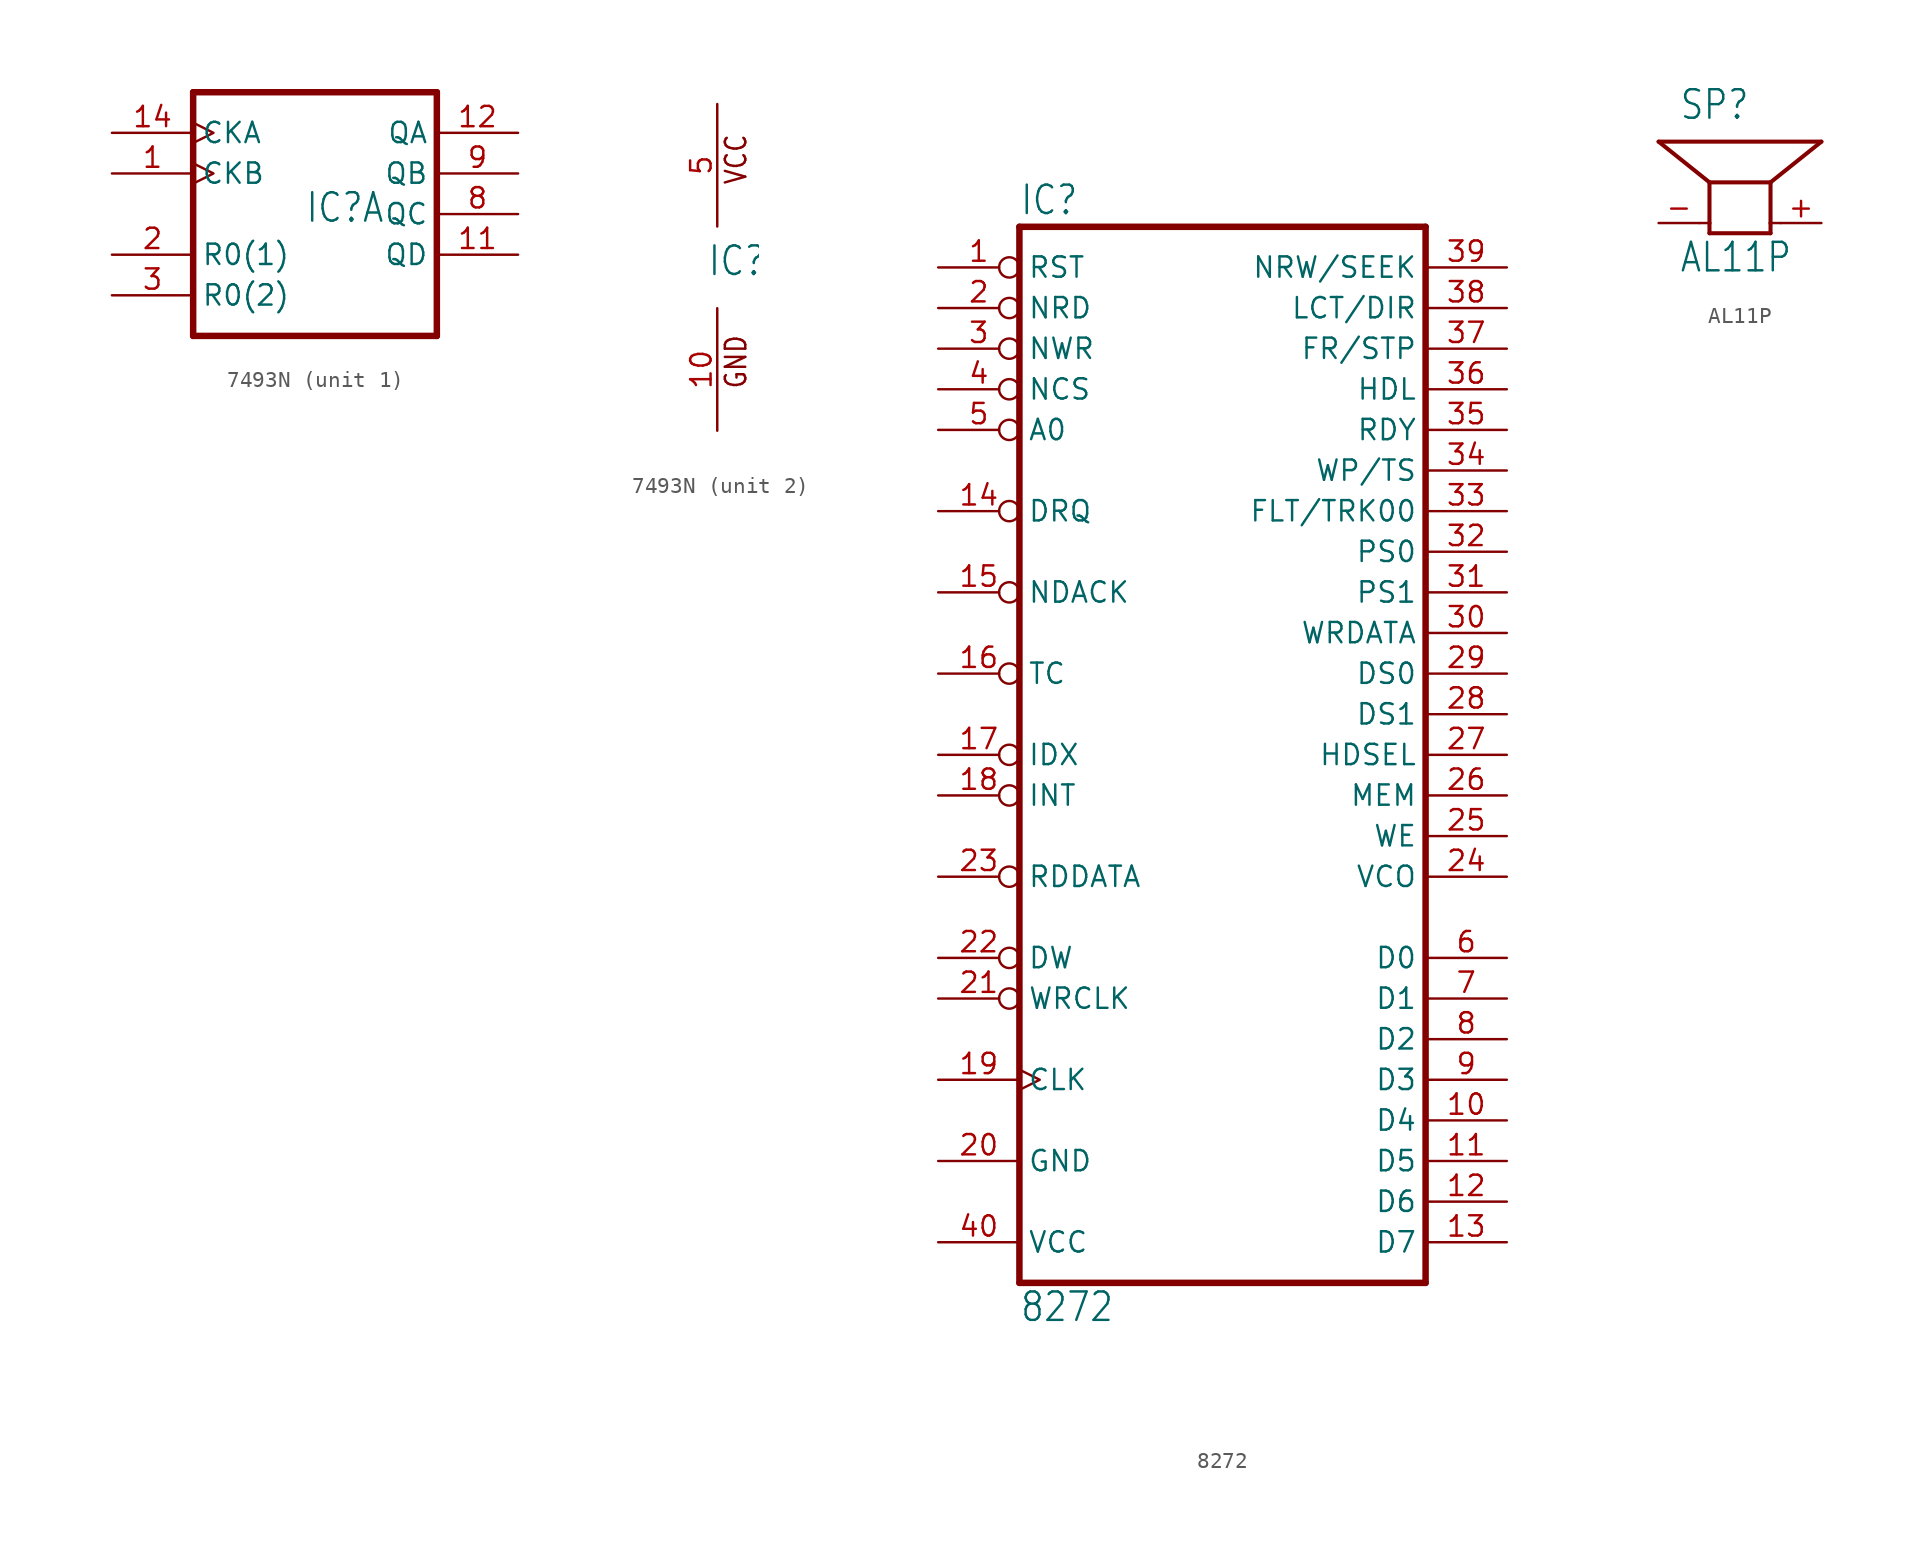
<source format=kicad_sym>
(kicad_symbol_lib
  (version 20220914)
  (generator kicad_symbol_editor)
  (symbol "7493N"
    (property "Reference" "IC"
      (at -0.635 -0.635 0)
      (effects (font (size 1.778 1.511)) (justify left bottom)))
    (property "ki_locked" ""
      (at 0 0 0)
      (effects (font (size 1.27 1.27))))
    (symbol "7493N_1_0"
      (polyline (pts (xy -7.62 -7.62) (xy 7.62 -7.62)) (stroke (width 0.406) (type default)) (fill (type none)))
      (polyline (pts (xy -7.62 7.62) (xy -7.62 -7.62)) (stroke (width 0.406) (type default)) (fill (type none)))
      (polyline (pts (xy 7.62 -7.62) (xy 7.62 7.62)) (stroke (width 0.406) (type default)) (fill (type none)))
      (polyline (pts (xy 7.62 7.62) (xy -7.62 7.62)) (stroke (width 0.406) (type default)) (fill (type none)))
      (pin input clock (at -12.7 2.54 0) (length 5.08) (name "CKB" (effects (font (size 1.27 1.27)))) (number "1" (effects (font (size 1.27 1.27)))))
      (pin output line (at 12.7 -2.54 180) (length 5.08) (name "QD" (effects (font (size 1.27 1.27)))) (number "11" (effects (font (size 1.27 1.27)))))
      (pin output line (at 12.7 5.08 180) (length 5.08) (name "QA" (effects (font (size 1.27 1.27)))) (number "12" (effects (font (size 1.27 1.27)))))
      (pin input clock (at -12.7 5.08 0) (length 5.08) (name "CKA" (effects (font (size 1.27 1.27)))) (number "14" (effects (font (size 1.27 1.27)))))
      (pin input line (at -12.7 -2.54 0) (length 5.08) (name "R0(1)" (effects (font (size 1.27 1.27)))) (number "2" (effects (font (size 1.27 1.27)))))
      (pin input line (at -12.7 -5.08 0) (length 5.08) (name "R0(2)" (effects (font (size 1.27 1.27)))) (number "3" (effects (font (size 1.27 1.27)))))
      (pin output line (at 12.7 0 180) (length 5.08) (name "QC" (effects (font (size 1.27 1.27)))) (number "8" (effects (font (size 1.27 1.27)))))
      (pin output line (at 12.7 2.54 180) (length 5.08) (name "QB" (effects (font (size 1.27 1.27)))) (number "9" (effects (font (size 1.27 1.27))))))
    (symbol "7493N_2_0"
      (text "GND" (at 1.905 -7.62 900) (effects (font (size 1.27 1.079)) (justify left bottom)))
      (text "VCC" (at 1.905 5.08 900) (effects (font (size 1.27 1.079)) (justify left bottom)))
      (pin power_in line (at 0 -10.16 90) (length 7.62) (name "GND" (effects (font (size 0 0)))) (number "10" (effects (font (size 1.27 1.27)))))
      (pin power_in line (at 0 10.16 270) (length 7.62) (name "VCC" (effects (font (size 0 0)))) (number "5" (effects (font (size 1.27 1.27)))))))
  (symbol "8272"
    (property "Reference" "IC"
      (at -12.7 31.115 0)
      (effects (font (size 1.778 1.511)) (justify left bottom)))
    (property "Value" "8272"
      (at -12.7 -38.1 0)
      (effects (font (size 1.778 1.511)) (justify left bottom)))
    (property "ki_locked" ""
      (at 0 0 0)
      (effects (font (size 1.27 1.27))))
    (symbol "8272_1_0"
      (polyline (pts (xy -12.7 -35.56) (xy -12.7 30.48)) (stroke (width 0.406) (type default)) (fill (type none)))
      (polyline (pts (xy -12.7 -35.56) (xy 12.7 -35.56)) (stroke (width 0.406) (type default)) (fill (type none)))
      (polyline (pts (xy 12.7 30.48) (xy -12.7 30.48)) (stroke (width 0.406) (type default)) (fill (type none)))
      (polyline (pts (xy 12.7 30.48) (xy 12.7 -35.56)) (stroke (width 0.406) (type default)) (fill (type none)))
      (pin input inverted (at -17.78 27.94 0) (length 5.08) (name "RST" (effects (font (size 1.27 1.27)))) (number "1" (effects (font (size 1.27 1.27)))))
      (pin bidirectional line (at 17.78 -25.4 180) (length 5.08) (name "D4" (effects (font (size 1.27 1.27)))) (number "10" (effects (font (size 1.27 1.27)))))
      (pin bidirectional line (at 17.78 -27.94 180) (length 5.08) (name "D5" (effects (font (size 1.27 1.27)))) (number "11" (effects (font (size 1.27 1.27)))))
      (pin bidirectional line (at 17.78 -30.48 180) (length 5.08) (name "D6" (effects (font (size 1.27 1.27)))) (number "12" (effects (font (size 1.27 1.27)))))
      (pin bidirectional line (at 17.78 -33.02 180) (length 5.08) (name "D7" (effects (font (size 1.27 1.27)))) (number "13" (effects (font (size 1.27 1.27)))))
      (pin input inverted (at -17.78 12.7 0) (length 5.08) (name "DRQ" (effects (font (size 1.27 1.27)))) (number "14" (effects (font (size 1.27 1.27)))))
      (pin input inverted (at -17.78 7.62 0) (length 5.08) (name "NDACK" (effects (font (size 1.27 1.27)))) (number "15" (effects (font (size 1.27 1.27)))))
      (pin input inverted (at -17.78 2.54 0) (length 5.08) (name "TC" (effects (font (size 1.27 1.27)))) (number "16" (effects (font (size 1.27 1.27)))))
      (pin input inverted (at -17.78 -2.54 0) (length 5.08) (name "IDX" (effects (font (size 1.27 1.27)))) (number "17" (effects (font (size 1.27 1.27)))))
      (pin input inverted (at -17.78 -5.08 0) (length 5.08) (name "INT" (effects (font (size 1.27 1.27)))) (number "18" (effects (font (size 1.27 1.27)))))
      (pin input clock (at -17.78 -22.86 0) (length 5.08) (name "CLK" (effects (font (size 1.27 1.27)))) (number "19" (effects (font (size 1.27 1.27)))))
      (pin input inverted (at -17.78 25.4 0) (length 5.08) (name "NRD" (effects (font (size 1.27 1.27)))) (number "2" (effects (font (size 1.27 1.27)))))
      (pin power_in line (at -17.78 -27.94 0) (length 5.08) (name "GND" (effects (font (size 1.27 1.27)))) (number "20" (effects (font (size 1.27 1.27)))))
      (pin input inverted (at -17.78 -17.78 0) (length 5.08) (name "WRCLK" (effects (font (size 1.27 1.27)))) (number "21" (effects (font (size 1.27 1.27)))))
      (pin input inverted (at -17.78 -15.24 0) (length 5.08) (name "DW" (effects (font (size 1.27 1.27)))) (number "22" (effects (font (size 1.27 1.27)))))
      (pin input inverted (at -17.78 -10.16 0) (length 5.08) (name "RDDATA" (effects (font (size 1.27 1.27)))) (number "23" (effects (font (size 1.27 1.27)))))
      (pin output line (at 17.78 -10.16 180) (length 5.08) (name "VCO" (effects (font (size 1.27 1.27)))) (number "24" (effects (font (size 1.27 1.27)))))
      (pin output line (at 17.78 -7.62 180) (length 5.08) (name "WE" (effects (font (size 1.27 1.27)))) (number "25" (effects (font (size 1.27 1.27)))))
      (pin output line (at 17.78 -5.08 180) (length 5.08) (name "MEM" (effects (font (size 1.27 1.27)))) (number "26" (effects (font (size 1.27 1.27)))))
      (pin output line (at 17.78 -2.54 180) (length 5.08) (name "HDSEL" (effects (font (size 1.27 1.27)))) (number "27" (effects (font (size 1.27 1.27)))))
      (pin output line (at 17.78 0 180) (length 5.08) (name "DS1" (effects (font (size 1.27 1.27)))) (number "28" (effects (font (size 1.27 1.27)))))
      (pin output line (at 17.78 2.54 180) (length 5.08) (name "DS0" (effects (font (size 1.27 1.27)))) (number "29" (effects (font (size 1.27 1.27)))))
      (pin input inverted (at -17.78 22.86 0) (length 5.08) (name "NWR" (effects (font (size 1.27 1.27)))) (number "3" (effects (font (size 1.27 1.27)))))
      (pin output line (at 17.78 5.08 180) (length 5.08) (name "WRDATA" (effects (font (size 1.27 1.27)))) (number "30" (effects (font (size 1.27 1.27)))))
      (pin output line (at 17.78 7.62 180) (length 5.08) (name "PS1" (effects (font (size 1.27 1.27)))) (number "31" (effects (font (size 1.27 1.27)))))
      (pin output line (at 17.78 10.16 180) (length 5.08) (name "PS0" (effects (font (size 1.27 1.27)))) (number "32" (effects (font (size 1.27 1.27)))))
      (pin input line (at 17.78 12.7 180) (length 5.08) (name "FLT/TRK00" (effects (font (size 1.27 1.27)))) (number "33" (effects (font (size 1.27 1.27)))))
      (pin input line (at 17.78 15.24 180) (length 5.08) (name "WP/TS" (effects (font (size 1.27 1.27)))) (number "34" (effects (font (size 1.27 1.27)))))
      (pin input line (at 17.78 17.78 180) (length 5.08) (name "RDY" (effects (font (size 1.27 1.27)))) (number "35" (effects (font (size 1.27 1.27)))))
      (pin output line (at 17.78 20.32 180) (length 5.08) (name "HDL" (effects (font (size 1.27 1.27)))) (number "36" (effects (font (size 1.27 1.27)))))
      (pin output line (at 17.78 22.86 180) (length 5.08) (name "FR/STP" (effects (font (size 1.27 1.27)))) (number "37" (effects (font (size 1.27 1.27)))))
      (pin output line (at 17.78 25.4 180) (length 5.08) (name "LCT/DIR" (effects (font (size 1.27 1.27)))) (number "38" (effects (font (size 1.27 1.27)))))
      (pin output line (at 17.78 27.94 180) (length 5.08) (name "NRW/SEEK" (effects (font (size 1.27 1.27)))) (number "39" (effects (font (size 1.27 1.27)))))
      (pin input inverted (at -17.78 20.32 0) (length 5.08) (name "NCS" (effects (font (size 1.27 1.27)))) (number "4" (effects (font (size 1.27 1.27)))))
      (pin power_in line (at -17.78 -33.02 0) (length 5.08) (name "VCC" (effects (font (size 1.27 1.27)))) (number "40" (effects (font (size 1.27 1.27)))))
      (pin input inverted (at -17.78 17.78 0) (length 5.08) (name "A0" (effects (font (size 1.27 1.27)))) (number "5" (effects (font (size 1.27 1.27)))))
      (pin bidirectional line (at 17.78 -15.24 180) (length 5.08) (name "D0" (effects (font (size 1.27 1.27)))) (number "6" (effects (font (size 1.27 1.27)))))
      (pin bidirectional line (at 17.78 -17.78 180) (length 5.08) (name "D1" (effects (font (size 1.27 1.27)))) (number "7" (effects (font (size 1.27 1.27)))))
      (pin bidirectional line (at 17.78 -20.32 180) (length 5.08) (name "D2" (effects (font (size 1.27 1.27)))) (number "8" (effects (font (size 1.27 1.27)))))
      (pin bidirectional line (at 17.78 -22.86 180) (length 5.08) (name "D3" (effects (font (size 1.27 1.27)))) (number "9" (effects (font (size 1.27 1.27)))))))
  (symbol "AL11P"
    (property "Reference" "SP"
      (at -3.81 6.35 0)
      (effects (font (size 1.778 1.511)) (justify left bottom)))
    (property "Value" "AL11P"
      (at -3.81 -3.175 0)
      (effects (font (size 1.778 1.511)) (justify left bottom)))
    (property "ki_locked" ""
      (at 0 0 0)
      (effects (font (size 1.27 1.27))))
    (symbol "AL11P_1_0"
      (polyline (pts (xy -2.54 0) (xy -1.905 0)) (stroke (width 0.152) (type default)) (fill (type none)))
      (polyline (pts (xy -1.905 -0.635) (xy -1.905 0)) (stroke (width 0.254) (type default)) (fill (type none)))
      (polyline (pts (xy -1.905 -0.635) (xy 1.905 -0.635)) (stroke (width 0.254) (type default)) (fill (type none)))
      (polyline (pts (xy -1.905 0) (xy -1.905 2.54)) (stroke (width 0.254) (type default)) (fill (type none)))
      (polyline (pts (xy -1.905 2.54) (xy -5.08 5.08)) (stroke (width 0.254) (type default)) (fill (type none)))
      (polyline (pts (xy 1.905 -0.635) (xy 1.905 0)) (stroke (width 0.254) (type default)) (fill (type none)))
      (polyline (pts (xy 1.905 0) (xy 1.905 2.54)) (stroke (width 0.254) (type default)) (fill (type none)))
      (polyline (pts (xy 1.905 2.54) (xy -1.905 2.54)) (stroke (width 0.254) (type default)) (fill (type none)))
      (polyline (pts (xy 1.905 2.54) (xy 5.08 5.08)) (stroke (width 0.254) (type default)) (fill (type none)))
      (polyline (pts (xy 2.54 0) (xy 1.905 0)) (stroke (width 0.152) (type default)) (fill (type none)))
      (polyline (pts (xy 5.08 5.08) (xy -5.08 5.08)) (stroke (width 0.254) (type default)) (fill (type none)))
      (pin passive line (at 5.08 0 180) (length 2.54) (name "2" (effects (font (size 0 0)))) (number "+" (effects (font (size 1.27 1.27)))))
      (pin passive line (at -5.08 0 0) (length 2.54) (name "1" (effects (font (size 0 0)))) (number "-" (effects (font (size 1.27 1.27))))))))
</source>
